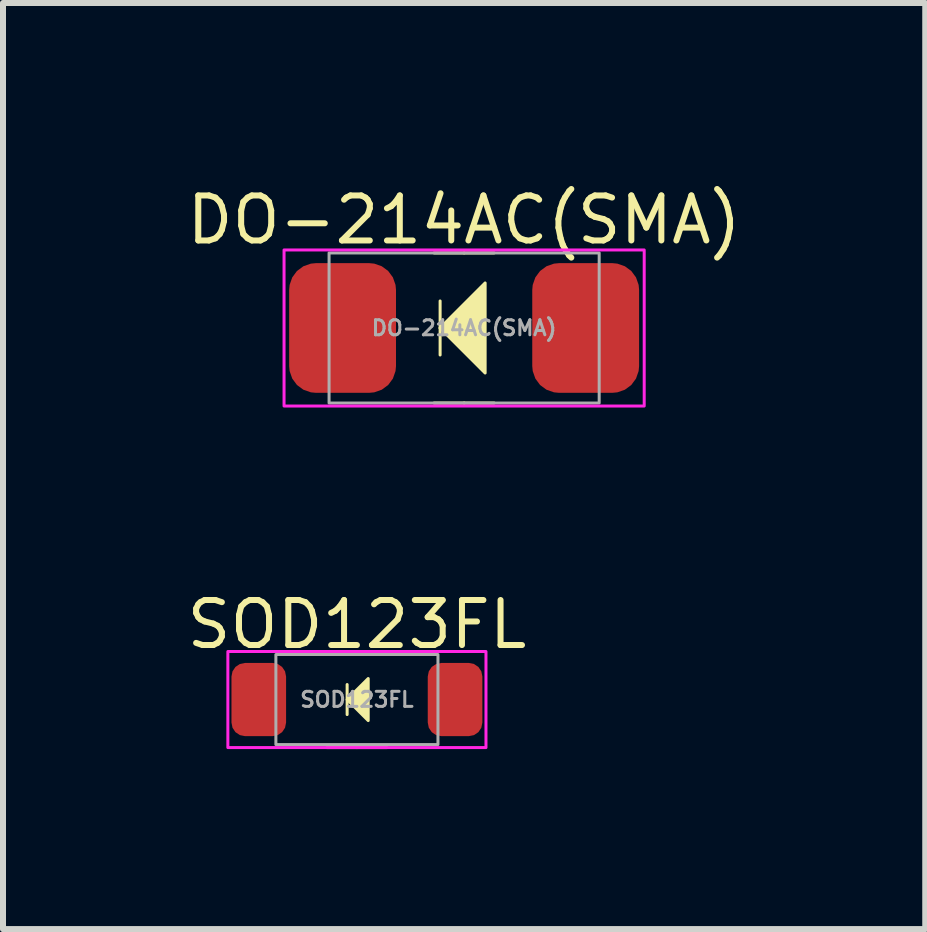
<source format=kicad_pcb>
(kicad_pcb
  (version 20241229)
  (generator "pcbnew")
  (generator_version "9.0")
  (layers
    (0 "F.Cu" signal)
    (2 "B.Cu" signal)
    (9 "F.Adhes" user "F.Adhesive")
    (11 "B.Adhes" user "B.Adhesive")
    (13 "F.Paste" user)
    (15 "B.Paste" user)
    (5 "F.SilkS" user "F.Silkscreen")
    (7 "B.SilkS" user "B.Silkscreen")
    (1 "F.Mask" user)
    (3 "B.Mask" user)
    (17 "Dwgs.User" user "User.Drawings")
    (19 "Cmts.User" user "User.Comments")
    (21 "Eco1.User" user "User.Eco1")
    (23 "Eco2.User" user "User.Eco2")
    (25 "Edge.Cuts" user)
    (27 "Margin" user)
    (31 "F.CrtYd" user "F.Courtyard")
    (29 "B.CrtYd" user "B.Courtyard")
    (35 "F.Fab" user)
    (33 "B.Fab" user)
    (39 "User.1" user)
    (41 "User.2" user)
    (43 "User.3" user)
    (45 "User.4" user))
  (footprint "DO-214AC(SMA)"
    (layer "F.Cu")
    (at 4.682 2.414)
    (property "Reference" "DO-214AC(SMA)" (at 0 -1.8 0) (unlocked yes) (layer "F.SilkS") (effects (font (size 0.75 0.75) (thickness 0.1))))
    (attr smd)
    (fp_line (start -0.4 -0.45) (end -0.4 0) (stroke (width 0.05) (type solid)) (layer "F.SilkS"))
    (fp_line (start -0.4 0.45) (end -0.4 0) (stroke (width 0.05) (type solid)) (layer "F.SilkS"))
    (fp_line (start 0 -1.25) (end -0.5 -1.25) (stroke (width 0.05) (type solid)) (layer "F.SilkS"))
    (fp_line (start 0 -1.25) (end 0.5 -1.25) (stroke (width 0.05) (type solid)) (layer "F.SilkS"))
    (fp_line (start 0 1.25) (end -0.5 1.25) (stroke (width 0.05) (type solid)) (layer "F.SilkS"))
    (fp_line (start 0 1.25) (end 0.5 1.25) (stroke (width 0.05) (type solid)) (layer "F.SilkS"))
    (fp_poly (pts (xy 0.35 0.75) (xy -0.4 0) (xy 0.35 -0.75)) (stroke (width 0.05) (type solid)) (fill yes) (layer "F.SilkS"))
    (fp_rect (start -3 -1.3) (end 3 1.3) (stroke (width 0.05) (type solid)) (fill no) (layer "F.CrtYd"))
    (fp_rect (start -2.25 -1.25) (end 2.25 1.25) (stroke (width 0.05) (type solid)) (fill no) (layer "F.Fab"))
    (fp_text user "${REFERENCE}" (at 0 0 0) (unlocked yes) (layer "F.Fab") (effects (font (size 0.25 0.25) (thickness 0.05))))
    (pad "1" smd roundrect (at -2.025 0) (size 1.78 2.16) (layers "F.Cu" "F.Mask" "F.Paste") (roundrect_rratio 0.25))
    (pad "2" smd roundrect (at 2.025 0) (size 1.78 2.16) (layers "F.Cu" "F.Mask" "F.Paste") (roundrect_rratio 0.25)))
  (footprint "SOD123FL"
    (layer "F.Cu")
    (at 2.896 8.604)
    (property "Reference" "SOD123FL" (at 0 -1.25 0) (unlocked yes) (layer "F.SilkS") (effects (font (size 0.75 0.75) (thickness 0.1))))
    (attr smd)
    (fp_line (start -0.163 -0.25) (end -0.163 0.25) (stroke (width 0.05) (type solid)) (layer "F.SilkS"))
    (fp_line (start 0 -0.8) (end -0.5 -0.8) (stroke (width 0.05) (type solid)) (layer "F.SilkS"))
    (fp_line (start 0 -0.8) (end 0.5 -0.8) (stroke (width 0.05) (type solid)) (layer "F.SilkS"))
    (fp_line (start 0 0.8) (end -0.5 0.8) (stroke (width 0.05) (type solid)) (layer "F.SilkS"))
    (fp_line (start 0 0.8) (end 0.5 0.8) (stroke (width 0.05) (type solid)) (layer "F.SilkS"))
    (fp_poly (pts (xy 0.188 0.35) (xy -0.163 0) (xy 0.188 -0.35)) (stroke (width 0.05) (type solid)) (fill yes) (layer "F.SilkS"))
    (fp_rect (start -2.15 -0.8) (end 2.15 0.8) (stroke (width 0.05) (type solid)) (fill no) (layer "F.CrtYd"))
    (fp_rect (start -1.35 -0.75) (end 1.35 0.75) (stroke (width 0.05) (type solid)) (fill no) (layer "F.Fab"))
    (fp_text user "${REFERENCE}" (at 0 0 0) (unlocked yes) (layer "F.Fab") (effects (font (size 0.25 0.25) (thickness 0.05))))
    (pad "1" smd roundrect (at -1.635 0) (size 0.91 1.22) (layers "F.Cu" "F.Mask" "F.Paste") (roundrect_rratio 0.25))
    (pad "2" smd roundrect (at 1.635 0) (size 0.91 1.22) (layers "F.Cu" "F.Mask" "F.Paste") (roundrect_rratio 0.25)))
  (gr_rect
    (start -3 -3)
    (end 12.364 12.428)
    (stroke (width 0.1) (type default))
    (fill no)
    (layer "Edge.Cuts")))
</source>
